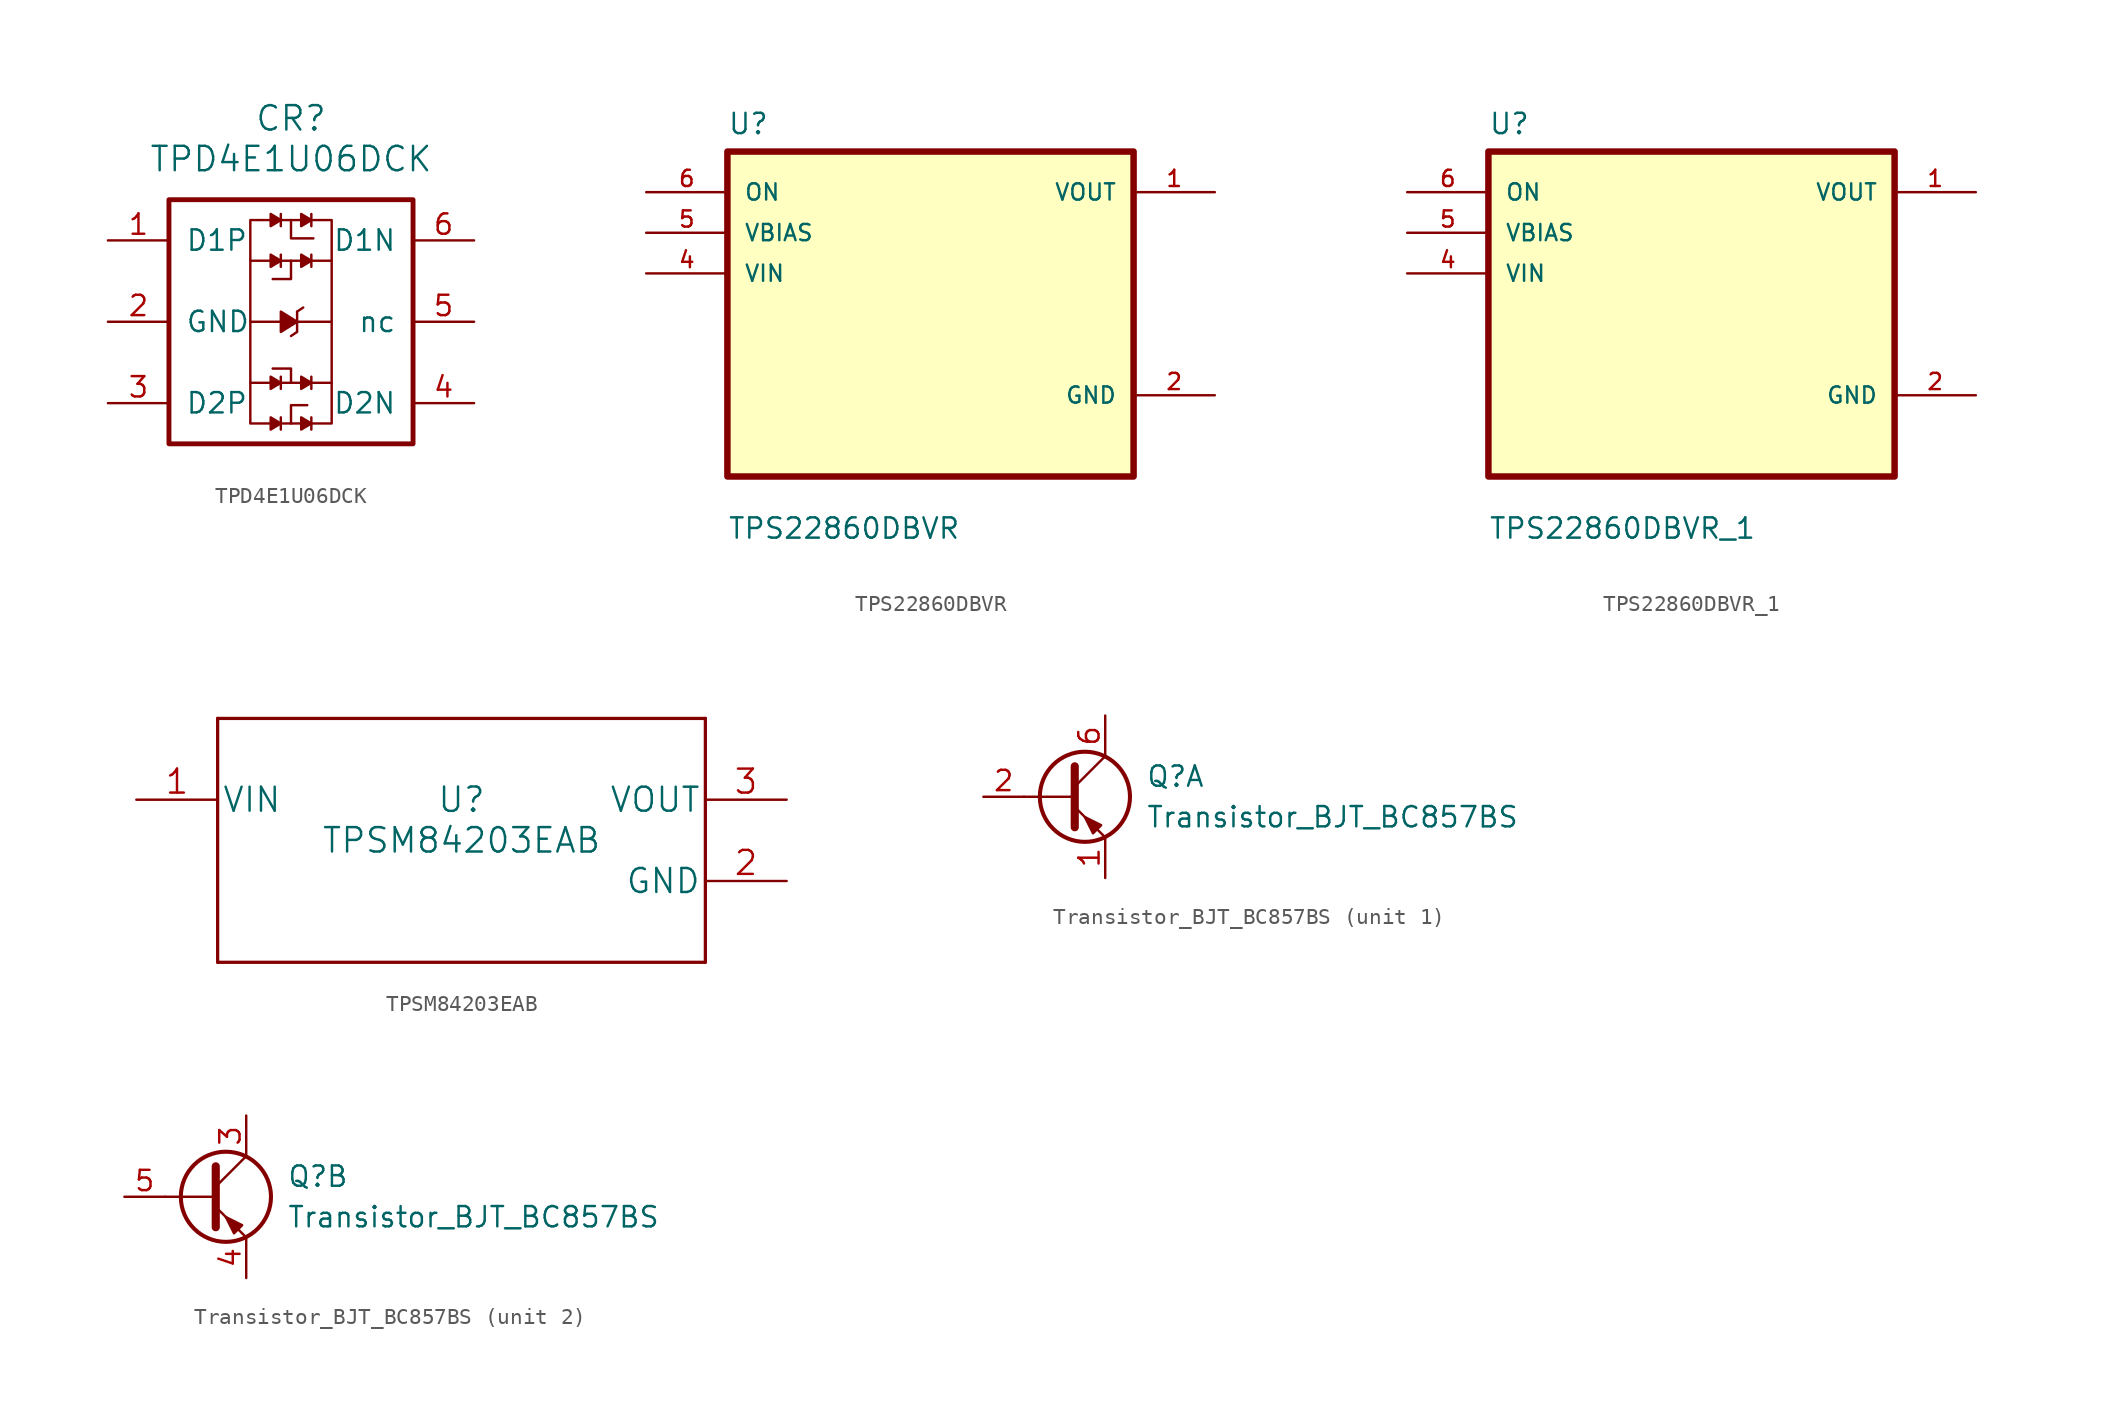
<source format=kicad_sym>
(kicad_symbol_lib
  (version 20211014)
  (generator kicad_symbol_editor)
  (symbol "TPD4E1U06DCK"
    (pin_names
      (offset 1.016))
    (property "Reference" "CR"
      (at 0 12.7 0)
      (effects (font (size 1.524 1.524))))
    (property "Value" "TPD4E1U06DCK"
      (at 0 10.16 0)
      (effects (font (size 1.524 1.524))))
    (property "Footprint" ""
      (at 0 -3.81 0)
      (effects (font (size 1.524 1.524))))
    (property "Datasheet" ""
      (at 0 -3.81 0)
      (effects (font (size 1.524 1.524))))
    (symbol "TPD4E1U06DCK_0_1"
      (rectangle (start -7.62 7.62) (end 7.62 -7.62) (stroke (width 0.305) (type default) (color 0 0 0 0)) (fill (type none)))
      (polyline (pts (xy -2.54 0) (xy -0.635 0)) (stroke (width 0) (type default) (color 0 0 0 0)) (fill (type none)))
      (polyline (pts (xy -1.27 -3.81) (xy -2.54 -3.81)) (stroke (width 0) (type default) (color 0 0 0 0)) (fill (type none)))
      (polyline (pts (xy -1.27 3.81) (xy -2.54 3.81)) (stroke (width 0) (type default) (color 0 0 0 0)) (fill (type none)))
      (polyline (pts (xy -0.635 -6.35) (xy 0.635 -6.35)) (stroke (width 0) (type default) (color 0 0 0 0)) (fill (type none)))
      (polyline (pts (xy -0.635 -5.969) (xy -0.635 -6.731)) (stroke (width 0) (type default) (color 0 0 0 0)) (fill (type none)))
      (polyline (pts (xy -0.635 -3.81) (xy 0.635 -3.81)) (stroke (width 0) (type default) (color 0 0 0 0)) (fill (type none)))
      (polyline (pts (xy -0.635 -3.429) (xy -0.635 -4.191)) (stroke (width 0) (type default) (color 0 0 0 0)) (fill (type none)))
      (polyline (pts (xy -0.635 3.81) (xy 0.635 3.81)) (stroke (width 0) (type default) (color 0 0 0 0)) (fill (type none)))
      (polyline (pts (xy -0.635 4.191) (xy -0.635 3.429)) (stroke (width 0) (type default) (color 0 0 0 0)) (fill (type none)))
      (polyline (pts (xy -0.635 6.35) (xy 0.635 6.35)) (stroke (width 0) (type default) (color 0 0 0 0)) (fill (type none)))
      (polyline (pts (xy -0.635 6.731) (xy -0.635 5.969)) (stroke (width 0) (type default) (color 0 0 0 0)) (fill (type none)))
      (polyline (pts (xy 0.381 0) (xy 2.54 0)) (stroke (width 0) (type default) (color 0 0 0 0)) (fill (type none)))
      (polyline (pts (xy 0.381 0.635) (xy 0.762 0.889)) (stroke (width 0) (type default) (color 0 0 0 0)) (fill (type none)))
      (polyline (pts (xy 1.27 -5.969) (xy 1.27 -6.731)) (stroke (width 0) (type default) (color 0 0 0 0)) (fill (type none)))
      (polyline (pts (xy 1.27 -3.81) (xy 2.54 -3.81)) (stroke (width 0) (type default) (color 0 0 0 0)) (fill (type none)))
      (polyline (pts (xy 1.27 -3.429) (xy 1.27 -4.191)) (stroke (width 0) (type default) (color 0 0 0 0)) (fill (type none)))
      (polyline (pts (xy 1.27 3.81) (xy 2.54 3.81)) (stroke (width 0) (type default) (color 0 0 0 0)) (fill (type none)))
      (polyline (pts (xy 1.27 4.191) (xy 1.27 3.429)) (stroke (width 0) (type default) (color 0 0 0 0)) (fill (type none)))
      (polyline (pts (xy 1.27 6.731) (xy 1.27 5.969)) (stroke (width 0) (type default) (color 0 0 0 0)) (fill (type none)))
      (polyline (pts (xy 0 -6.35) (xy 0 -5.207) (xy 1.016 -5.207)) (stroke (width 0) (type default) (color 0 0 0 0)) (fill (type none)))
      (polyline (pts (xy 0 -3.81) (xy 0 -2.921) (xy -1.143 -2.921)) (stroke (width 0) (type default) (color 0 0 0 0)) (fill (type none)))
      (polyline (pts (xy 0 3.81) (xy 0 2.667) (xy -1.143 2.667)) (stroke (width 0) (type default) (color 0 0 0 0)) (fill (type none)))
      (polyline (pts (xy 0.381 0.635) (xy 0.381 -0.635) (xy 0 -0.889)) (stroke (width 0) (type default) (color 0 0 0 0)) (fill (type none)))
      (polyline (pts (xy -1.27 -5.969) (xy -1.27 -6.731) (xy -0.635 -6.35) (xy -1.27 -5.969)) (stroke (width 0) (type default) (color 0 0 0 0)) (fill (type outline)))
      (polyline (pts (xy -1.27 -3.429) (xy -1.27 -4.191) (xy -0.635 -3.81) (xy -1.27 -3.429)) (stroke (width 0) (type default) (color 0 0 0 0)) (fill (type outline)))
      (polyline (pts (xy -1.27 4.191) (xy -1.27 3.429) (xy -0.635 3.81) (xy -1.27 4.191)) (stroke (width 0) (type default) (color 0 0 0 0)) (fill (type outline)))
      (polyline (pts (xy -1.27 6.35) (xy -2.54 6.35) (xy -2.54 -6.35) (xy -1.27 -6.35)) (stroke (width 0) (type default) (color 0 0 0 0)) (fill (type none)))
      (polyline (pts (xy -1.27 6.731) (xy -1.27 5.969) (xy -0.635 6.35) (xy -1.27 6.731)) (stroke (width 0) (type default) (color 0 0 0 0)) (fill (type outline)))
      (polyline (pts (xy -0.635 0.635) (xy -0.635 -0.635) (xy 0.381 0) (xy -0.635 0.635)) (stroke (width 0) (type default) (color 0 0 0 0)) (fill (type outline)))
      (polyline (pts (xy 0 6.35) (xy 0 5.334) (xy 0 5.207) (xy 1.397 5.207)) (stroke (width 0) (type default) (color 0 0 0 0)) (fill (type none)))
      (polyline (pts (xy 0.635 -5.969) (xy 0.635 -6.731) (xy 1.27 -6.35) (xy 0.635 -5.969)) (stroke (width 0) (type default) (color 0 0 0 0)) (fill (type outline)))
      (polyline (pts (xy 0.635 -3.429) (xy 0.635 -4.191) (xy 1.27 -3.81) (xy 0.635 -3.429)) (stroke (width 0) (type default) (color 0 0 0 0)) (fill (type outline)))
      (polyline (pts (xy 0.635 4.191) (xy 0.635 3.429) (xy 1.27 3.81) (xy 0.635 4.191)) (stroke (width 0) (type default) (color 0 0 0 0)) (fill (type outline)))
      (polyline (pts (xy 0.635 6.731) (xy 0.635 5.969) (xy 1.27 6.35) (xy 0.635 6.731)) (stroke (width 0) (type default) (color 0 0 0 0)) (fill (type outline)))
      (polyline (pts (xy 1.27 6.35) (xy 2.54 6.35) (xy 2.54 -6.35) (xy 1.27 -6.35)) (stroke (width 0) (type default) (color 0 0 0 0)) (fill (type none))))
    (symbol "TPD4E1U06DCK_1_1"
      (pin passive line (at -11.43 5.08 0) (length 3.81) (name "D1P" (effects (font (size 1.27 1.27)))) (number "1" (effects (font (size 1.27 1.27)))))
      (pin power_in line (at -11.43 0 0) (length 3.81) (name "GND" (effects (font (size 1.27 1.27)))) (number "2" (effects (font (size 1.27 1.27)))))
      (pin passive line (at -11.43 -5.08 0) (length 3.81) (name "D2P" (effects (font (size 1.27 1.27)))) (number "3" (effects (font (size 1.27 1.27)))))
      (pin passive line (at 11.43 -5.08 180) (length 3.81) (name "D2N" (effects (font (size 1.27 1.27)))) (number "4" (effects (font (size 1.27 1.27)))))
      (pin passive line (at 11.43 0 180) (length 3.81) (name "nc" (effects (font (size 1.27 1.27)))) (number "5" (effects (font (size 1.27 1.27)))))
      (pin passive line (at 11.43 5.08 180) (length 3.81) (name "D1N" (effects (font (size 1.27 1.27)))) (number "6" (effects (font (size 1.27 1.27)))))))
  (symbol "TPS22860DBVR"
    (pin_names
      (offset 1.016))
    (property "Reference" "U"
      (at -12.7 11.151 0)
      (effects (font (size 1.27 1.27)) (justify left bottom)))
    (property "Value" "TPS22860DBVR"
      (at -12.7 -14.148 0)
      (effects (font (size 1.27 1.27)) (justify left bottom)))
    (property "ki_locked" ""
      (at 0 0 0)
      (effects (font (size 1.27 1.27))))
    (symbol "TPS22860DBVR_0_0"
      (rectangle (start -12.7 -10.16) (end 12.7 10.16) (stroke (width 0.406) (type default) (color 0 0 0 0)) (fill (type background)))
      (pin output line (at 17.78 7.62 180) (length 5.08) (name "VOUT" (effects (font (size 1.016 1.016)))) (number "1" (effects (font (size 1.016 1.016)))))
      (pin power_in line (at 17.78 -5.08 180) (length 5.08) (name "GND" (effects (font (size 1.016 1.016)))) (number "2" (effects (font (size 1.016 1.016)))))
      (pin input line (at -17.78 2.54 0) (length 5.08) (name "VIN" (effects (font (size 1.016 1.016)))) (number "4" (effects (font (size 1.016 1.016)))))
      (pin input line (at -17.78 5.08 0) (length 5.08) (name "VBIAS" (effects (font (size 1.016 1.016)))) (number "5" (effects (font (size 1.016 1.016)))))
      (pin input line (at -17.78 7.62 0) (length 5.08) (name "ON" (effects (font (size 1.016 1.016)))) (number "6" (effects (font (size 1.016 1.016)))))))
  (symbol "TPS22860DBVR_1"
    (pin_names
      (offset 1.016))
    (property "Reference" "U"
      (at -12.7 11.151 0)
      (effects (font (size 1.27 1.27)) (justify left bottom)))
    (property "Value" "TPS22860DBVR_1"
      (at -12.7 -14.148 0)
      (effects (font (size 1.27 1.27)) (justify left bottom)))
    (property "ki_locked" ""
      (at 0 0 0)
      (effects (font (size 1.27 1.27))))
    (symbol "TPS22860DBVR_1_0_0"
      (rectangle (start -12.7 -10.16) (end 12.7 10.16) (stroke (width 0.406) (type default) (color 0 0 0 0)) (fill (type background)))
      (pin output line (at 17.78 7.62 180) (length 5.08) (name "VOUT" (effects (font (size 1.016 1.016)))) (number "1" (effects (font (size 1.016 1.016)))))
      (pin power_in line (at 17.78 -5.08 180) (length 5.08) (name "GND" (effects (font (size 1.016 1.016)))) (number "2" (effects (font (size 1.016 1.016)))))
      (pin input line (at -17.78 2.54 0) (length 5.08) (name "VIN" (effects (font (size 1.016 1.016)))) (number "4" (effects (font (size 1.016 1.016)))))
      (pin input line (at -17.78 5.08 0) (length 5.08) (name "VBIAS" (effects (font (size 1.016 1.016)))) (number "5" (effects (font (size 1.016 1.016)))))
      (pin input line (at -17.78 7.62 0) (length 5.08) (name "ON" (effects (font (size 1.016 1.016)))) (number "6" (effects (font (size 1.016 1.016)))))))
  (symbol "TPSM84203EAB"
    (pin_names
      (offset 0.254))
    (property "Reference" "U"
      (at 0 2.54 0)
      (effects (font (size 1.524 1.524))))
    (property "Value" "TPSM84203EAB"
      (at 0 0 0)
      (effects (font (size 1.524 1.524))))
    (property "Datasheet" ""
      (at 0 0 0)
      (effects (font (size 1.524 1.524))))
    (property "ki_locked" ""
      (at 0 0 0)
      (effects (font (size 1.27 1.27))))
    (symbol "TPSM84203EAB_1_1"
      (polyline (pts (xy -15.24 -7.62) (xy 15.24 -7.62)) (stroke (width 0.203) (type default) (color 0 0 0 0)) (fill (type none)))
      (polyline (pts (xy -15.24 7.62) (xy -15.24 -7.62)) (stroke (width 0.203) (type default) (color 0 0 0 0)) (fill (type none)))
      (polyline (pts (xy 15.24 -7.62) (xy 15.24 7.62)) (stroke (width 0.203) (type default) (color 0 0 0 0)) (fill (type none)))
      (polyline (pts (xy 15.24 7.62) (xy -15.24 7.62)) (stroke (width 0.203) (type default) (color 0 0 0 0)) (fill (type none)))
      (pin power_in line (at -20.32 2.54 0) (length 5.08) (name "VIN" (effects (font (size 1.499 1.499)))) (number "1" (effects (font (size 1.499 1.499)))))
      (pin power_in line (at 20.32 -2.54 180) (length 5.08) (name "GND" (effects (font (size 1.499 1.499)))) (number "2" (effects (font (size 1.499 1.499)))))
      (pin power_in line (at 20.32 2.54 180) (length 5.08) (name "VOUT" (effects (font (size 1.499 1.499)))) (number "3" (effects (font (size 1.499 1.499)))))))
  (symbol "Transistor_BJT_BC857BS"
    (pin_names
      (offset 0) hide)
    (property "Reference" "Q"
      (at 5.08 1.27 0)
      (effects (font (size 1.27 1.27)) (justify left)))
    (property "Value" "Transistor_BJT_BC857BS"
      (at 5.08 -1.27 0)
      (effects (font (size 1.27 1.27)) (justify left)))
    (property "ki_locked" ""
      (at 0 0 0)
      (effects (font (size 1.27 1.27))))
    (symbol "Transistor_BJT_BC857BS_0_1"
      (polyline (pts (xy 0.635 0) (xy -2.54 0)) (stroke (width 0) (type default) (color 0 0 0 0)) (fill (type none)))
      (polyline (pts (xy 0.635 0.635) (xy 2.54 2.54)) (stroke (width 0) (type default) (color 0 0 0 0)) (fill (type none)))
      (polyline (pts (xy 0.635 -0.635) (xy 2.54 -2.54) (xy 2.54 -2.54)) (stroke (width 0) (type default) (color 0 0 0 0)) (fill (type none)))
      (polyline (pts (xy 0.635 1.905) (xy 0.635 -1.905) (xy 0.635 -1.905)) (stroke (width 0.508) (type default) (color 0 0 0 0)) (fill (type none)))
      (polyline (pts (xy 2.286 -1.778) (xy 1.778 -2.286) (xy 1.27 -1.27) (xy 2.286 -1.778) (xy 2.286 -1.778)) (stroke (width 0) (type default) (color 0 0 0 0)) (fill (type outline)))
      (circle (center 1.27 0) (radius 2.819) (stroke (width 0.254) (type default) (color 0 0 0 0)) (fill (type none))))
    (symbol "Transistor_BJT_BC857BS_1_1"
      (pin passive line (at 2.54 -5.08 90) (length 2.54) (name "E1" (effects (font (size 1.27 1.27)))) (number "1" (effects (font (size 1.27 1.27)))))
      (pin input line (at -5.08 0 0) (length 2.54) (name "B1" (effects (font (size 1.27 1.27)))) (number "2" (effects (font (size 1.27 1.27)))))
      (pin passive line (at 2.54 5.08 270) (length 2.54) (name "C1" (effects (font (size 1.27 1.27)))) (number "6" (effects (font (size 1.27 1.27))))))
    (symbol "Transistor_BJT_BC857BS_2_1"
      (pin passive line (at 2.54 5.08 270) (length 2.54) (name "C2" (effects (font (size 1.27 1.27)))) (number "3" (effects (font (size 1.27 1.27)))))
      (pin passive line (at 2.54 -5.08 90) (length 2.54) (name "E2" (effects (font (size 1.27 1.27)))) (number "4" (effects (font (size 1.27 1.27)))))
      (pin input line (at -5.08 0 0) (length 2.54) (name "B2" (effects (font (size 1.27 1.27)))) (number "5" (effects (font (size 1.27 1.27))))))))
</source>
